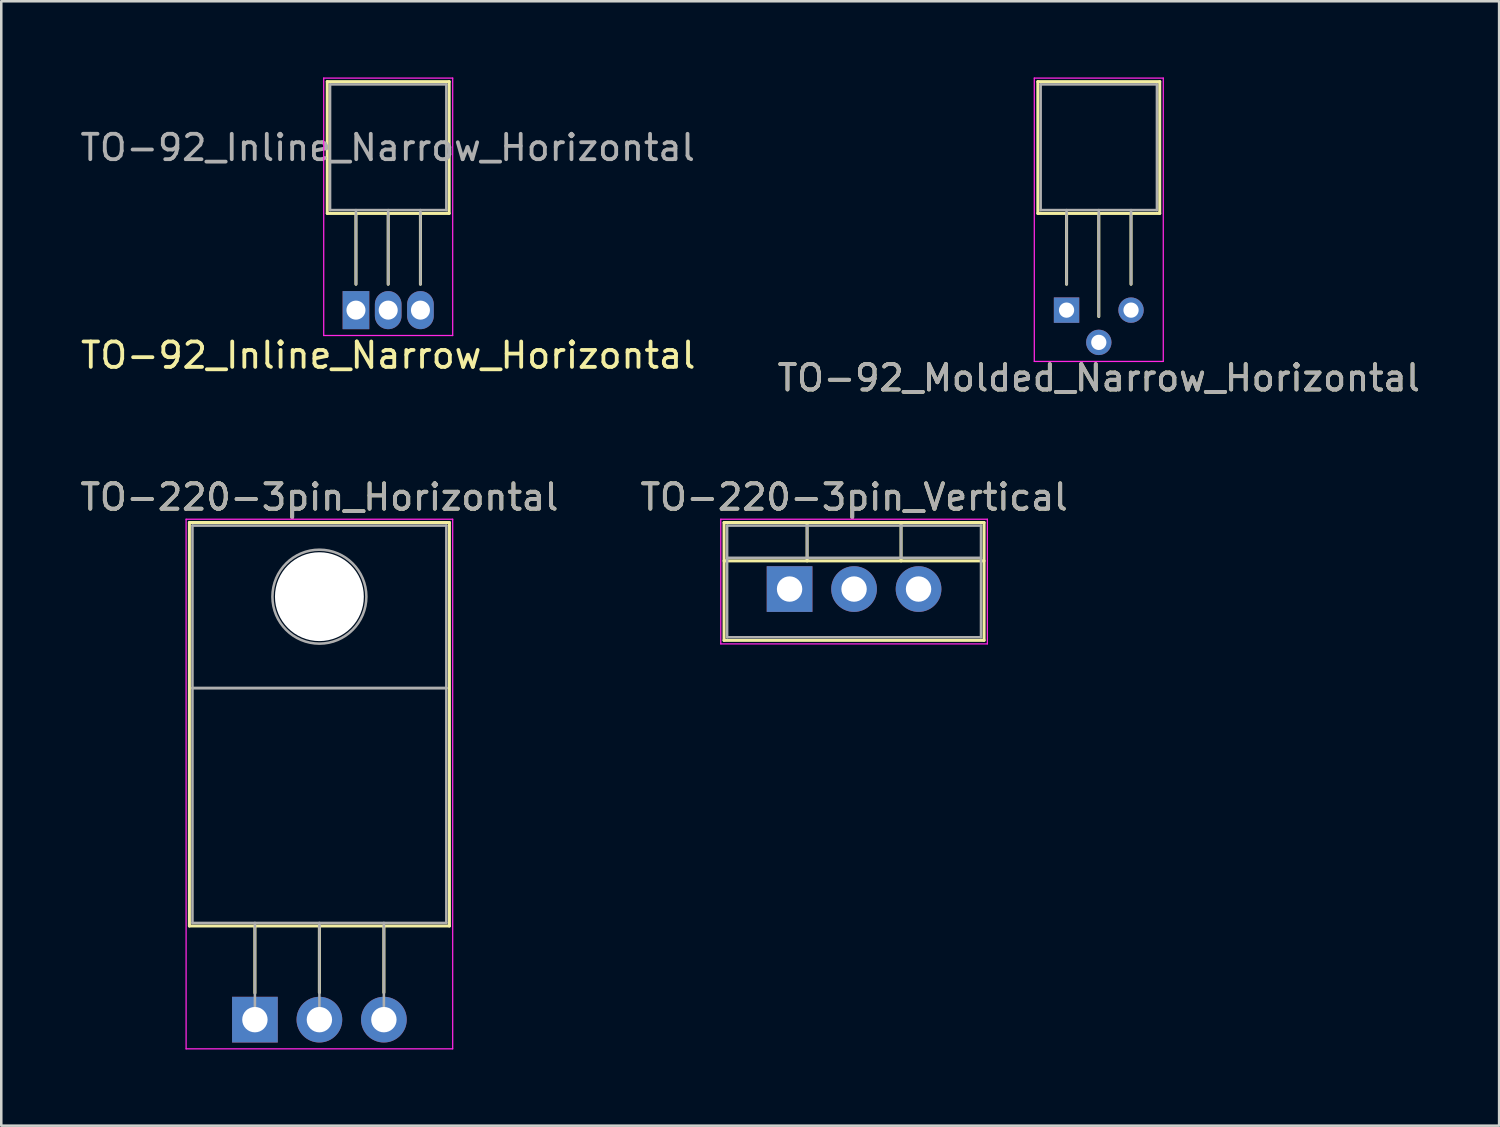
<source format=kicad_pcb>
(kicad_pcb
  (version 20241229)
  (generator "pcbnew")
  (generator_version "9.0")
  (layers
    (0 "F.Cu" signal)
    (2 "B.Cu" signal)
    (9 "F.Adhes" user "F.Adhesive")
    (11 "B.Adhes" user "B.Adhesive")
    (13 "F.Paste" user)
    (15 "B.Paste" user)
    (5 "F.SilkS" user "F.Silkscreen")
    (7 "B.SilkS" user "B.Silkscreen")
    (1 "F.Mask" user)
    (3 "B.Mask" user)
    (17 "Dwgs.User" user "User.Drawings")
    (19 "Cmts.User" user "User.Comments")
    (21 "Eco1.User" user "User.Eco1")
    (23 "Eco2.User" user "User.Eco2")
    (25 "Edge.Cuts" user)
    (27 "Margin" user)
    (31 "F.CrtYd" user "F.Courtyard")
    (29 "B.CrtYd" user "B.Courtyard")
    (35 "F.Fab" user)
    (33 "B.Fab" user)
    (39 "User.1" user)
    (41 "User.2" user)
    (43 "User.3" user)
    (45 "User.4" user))
  (footprint "TO-220-3pin_Vertical"
    (layer "F.Cu")
    (at 28.049 20.151)
    (property "Reference" "TO-220-3pin_Vertical" (at 2.54 -3.62 0) (layer "F.SilkS") (effects (font (size 1 1) (thickness 0.15))))
    (attr through_hole)
    (fp_line (start -2.58 -2.62) (end -2.58 2.021) (stroke (width 0.12) (type solid)) (layer "F.SilkS"))
    (fp_line (start -2.58 -2.62) (end 7.66 -2.62) (stroke (width 0.12) (type solid)) (layer "F.SilkS"))
    (fp_line (start -2.58 -1.11) (end 7.66 -1.11) (stroke (width 0.12) (type solid)) (layer "F.SilkS"))
    (fp_line (start -2.58 2.021) (end 7.66 2.021) (stroke (width 0.12) (type solid)) (layer "F.SilkS"))
    (fp_line (start 0.69 -2.62) (end 0.69 -1.11) (stroke (width 0.12) (type solid)) (layer "F.SilkS"))
    (fp_line (start 4.391 -2.62) (end 4.391 -1.11) (stroke (width 0.12) (type solid)) (layer "F.SilkS"))
    (fp_line (start 7.66 -2.62) (end 7.66 2.021) (stroke (width 0.12) (type solid)) (layer "F.SilkS"))
    (fp_line (start -2.71 -2.75) (end -2.71 2.16) (stroke (width 0.05) (type solid)) (layer "F.CrtYd"))
    (fp_line (start -2.71 2.16) (end 7.79 2.16) (stroke (width 0.05) (type solid)) (layer "F.CrtYd"))
    (fp_line (start 7.79 -2.75) (end -2.71 -2.75) (stroke (width 0.05) (type solid)) (layer "F.CrtYd"))
    (fp_line (start 7.79 2.16) (end 7.79 -2.75) (stroke (width 0.05) (type solid)) (layer "F.CrtYd"))
    (fp_line (start -2.46 -2.5) (end -2.46 1.9) (stroke (width 0.1) (type solid)) (layer "F.Fab"))
    (fp_line (start -2.46 -1.23) (end 7.54 -1.23) (stroke (width 0.1) (type solid)) (layer "F.Fab"))
    (fp_line (start -2.46 1.9) (end 7.54 1.9) (stroke (width 0.1) (type solid)) (layer "F.Fab"))
    (fp_line (start 0.69 -2.5) (end 0.69 -1.23) (stroke (width 0.1) (type solid)) (layer "F.Fab"))
    (fp_line (start 4.39 -2.5) (end 4.39 -1.23) (stroke (width 0.1) (type solid)) (layer "F.Fab"))
    (fp_line (start 7.54 -2.5) (end -2.46 -2.5) (stroke (width 0.1) (type solid)) (layer "F.Fab"))
    (fp_line (start 7.54 1.9) (end 7.54 -2.5) (stroke (width 0.1) (type solid)) (layer "F.Fab"))
    (fp_text user "${REFERENCE}" (at 2.54 -3.62 0) (layer "F.Fab") (effects (font (size 1 1) (thickness 0.15))))
    (pad "1" thru_hole rect (at 0 0) (size 1.8 1.8) (drill 1) (layers "*.Cu" "*.Mask"))
    (pad "2" thru_hole oval (at 2.54 0) (size 1.8 1.8) (drill 1) (layers "*.Cu" "*.Mask"))
    (pad "3" thru_hole oval (at 5.08 0) (size 1.8 1.8) (drill 1) (layers "*.Cu" "*.Mask")))
  (footprint "TO-220-3pin_Horizontal"
    (layer "F.Cu")
    (at 6.99 37.111)
    (property "Reference" "TO-220-3pin_Horizontal" (at 2.54 -20.58 0) (layer "F.SilkS") (effects (font (size 1 1) (thickness 0.15))))
    (attr through_hole)
    (fp_line (start -2.58 -19.58) (end -2.58 -3.69) (stroke (width 0.12) (type solid)) (layer "F.SilkS"))
    (fp_line (start -2.58 -19.58) (end 7.66 -19.58) (stroke (width 0.12) (type solid)) (layer "F.SilkS"))
    (fp_line (start -2.58 -3.69) (end 7.66 -3.69) (stroke (width 0.12) (type solid)) (layer "F.SilkS"))
    (fp_line (start 0 -3.69) (end 0 -1.05) (stroke (width 0.12) (type solid)) (layer "F.SilkS"))
    (fp_line (start 2.54 -3.69) (end 2.54 -1.066) (stroke (width 0.12) (type solid)) (layer "F.SilkS"))
    (fp_line (start 5.08 -3.69) (end 5.08 -1.066) (stroke (width 0.12) (type solid)) (layer "F.SilkS"))
    (fp_line (start 7.66 -19.58) (end 7.66 -3.69) (stroke (width 0.12) (type solid)) (layer "F.SilkS"))
    (fp_line (start -2.71 -19.71) (end -2.71 1.15) (stroke (width 0.05) (type solid)) (layer "F.CrtYd"))
    (fp_line (start -2.71 1.15) (end 7.79 1.15) (stroke (width 0.05) (type solid)) (layer "F.CrtYd"))
    (fp_line (start 7.79 -19.71) (end -2.71 -19.71) (stroke (width 0.05) (type solid)) (layer "F.CrtYd"))
    (fp_line (start 7.79 1.15) (end 7.79 -19.71) (stroke (width 0.05) (type solid)) (layer "F.CrtYd"))
    (fp_line (start -2.46 -19.46) (end 7.54 -19.46) (stroke (width 0.1) (type solid)) (layer "F.Fab"))
    (fp_line (start -2.46 -13.06) (end -2.46 -19.46) (stroke (width 0.1) (type solid)) (layer "F.Fab"))
    (fp_line (start -2.46 -13.06) (end 7.54 -13.06) (stroke (width 0.1) (type solid)) (layer "F.Fab"))
    (fp_line (start -2.46 -3.81) (end -2.46 -13.06) (stroke (width 0.1) (type solid)) (layer "F.Fab"))
    (fp_line (start 0 -3.81) (end 0 0) (stroke (width 0.1) (type solid)) (layer "F.Fab"))
    (fp_line (start 2.54 -3.81) (end 2.54 0) (stroke (width 0.1) (type solid)) (layer "F.Fab"))
    (fp_line (start 5.08 -3.81) (end 5.08 0) (stroke (width 0.1) (type solid)) (layer "F.Fab"))
    (fp_line (start 7.54 -19.46) (end 7.54 -13.06) (stroke (width 0.1) (type solid)) (layer "F.Fab"))
    (fp_line (start 7.54 -13.06) (end -2.46 -13.06) (stroke (width 0.1) (type solid)) (layer "F.Fab"))
    (fp_line (start 7.54 -13.06) (end 7.54 -3.81) (stroke (width 0.1) (type solid)) (layer "F.Fab"))
    (fp_line (start 7.54 -3.81) (end -2.46 -3.81) (stroke (width 0.1) (type solid)) (layer "F.Fab"))
    (fp_circle (center 2.54 -16.66) (end 4.39 -16.66) (stroke (width 0.1) (type solid)) (fill no) (layer "F.Fab"))
    (fp_text user "${REFERENCE}" (at 2.54 -20.58 0) (layer "F.Fab") (effects (font (size 1 1) (thickness 0.15))))
    (pad "" np_thru_hole oval (at 2.54 -16.66) (size 3.5 3.5) (drill 3.5) (layers "*.Cu" "*.Mask"))
    (pad "1" thru_hole rect (at 0 0) (size 1.8 1.8) (drill 1) (layers "*.Cu" "*.Mask"))
    (pad "2" thru_hole oval (at 2.54 0) (size 1.8 1.8) (drill 1) (layers "*.Cu" "*.Mask"))
    (pad "3" thru_hole oval (at 5.08 0) (size 1.8 1.8) (drill 1) (layers "*.Cu" "*.Mask")))
  (footprint "TO-92_Molded_Narrow_Horizontal"
    (layer "F.Cu")
    (at 38.958 9.165)
    (property "Reference" "TO-92_Molded_Narrow_Horizontal" (at 1.27 2.67 180) (layer "F.SilkS") (effects (font (size 1 1) (thickness 0.15))))
    (attr through_hole)
    (fp_line (start -1.13 -9) (end -1.13 -3.81) (stroke (width 0.12) (type solid)) (layer "F.SilkS"))
    (fp_line (start -1.13 -3.81) (end 3.67 -3.81) (stroke (width 0.12) (type solid)) (layer "F.SilkS"))
    (fp_line (start 0 -1.02) (end 0 -3.81) (stroke (width 0.12) (type solid)) (layer "F.SilkS"))
    (fp_line (start 1.27 0.25) (end 1.27 -3.81) (stroke (width 0.12) (type solid)) (layer "F.SilkS"))
    (fp_line (start 2.54 -1.02) (end 2.54 -3.81) (stroke (width 0.12) (type solid)) (layer "F.SilkS"))
    (fp_line (start 3.67 -9) (end -1.13 -9) (stroke (width 0.12) (type solid)) (layer "F.SilkS"))
    (fp_line (start 3.67 -3.81) (end 3.67 -9) (stroke (width 0.12) (type solid)) (layer "F.SilkS"))
    (fp_line (start -1.27 -9.14) (end -1.27 2.02) (stroke (width 0.05) (type solid)) (layer "F.CrtYd"))
    (fp_line (start -1.27 -9.14) (end 3.81 -9.14) (stroke (width 0.05) (type solid)) (layer "F.CrtYd"))
    (fp_line (start 3.81 2.02) (end -1.27 2.02) (stroke (width 0.05) (type solid)) (layer "F.CrtYd"))
    (fp_line (start 3.81 2.02) (end 3.81 -9.14) (stroke (width 0.05) (type solid)) (layer "F.CrtYd"))
    (fp_line (start -1.02 -8.89) (end -1.02 -3.94) (stroke (width 0.1) (type solid)) (layer "F.Fab"))
    (fp_line (start -1.02 -3.94) (end 3.56 -3.94) (stroke (width 0.1) (type solid)) (layer "F.Fab"))
    (fp_line (start 0 -3.94) (end 0 -1.02) (stroke (width 0.1) (type solid)) (layer "F.Fab"))
    (fp_line (start 1.27 -3.94) (end 1.27 0.25) (stroke (width 0.1) (type solid)) (layer "F.Fab"))
    (fp_line (start 2.54 -3.94) (end 2.54 -1.02) (stroke (width 0.1) (type solid)) (layer "F.Fab"))
    (fp_line (start 3.56 -8.89) (end -1.02 -8.89) (stroke (width 0.1) (type solid)) (layer "F.Fab"))
    (fp_line (start 3.56 -3.94) (end 3.56 -8.89) (stroke (width 0.1) (type solid)) (layer "F.Fab"))
    (fp_text user "${REFERENCE}" (at 1.27 2.67 180) (layer "F.Fab") (effects (font (size 1 1) (thickness 0.15))))
    (pad "1" thru_hole rect (at 0 0 270) (size 1 1) (drill 0.6) (layers "*.Cu" "*.Mask"))
    (pad "2" thru_hole circle (at 1.27 1.27 270) (size 1 1) (drill 0.6) (layers "*.Cu" "*.Mask"))
    (pad "3" thru_hole circle (at 2.54 0 270) (size 1 1) (drill 0.6) (layers "*.Cu" "*.Mask")))
  (footprint "TO-92_Inline_Narrow_Horizontal"
    (layer "F.Cu")
    (at 10.97 9.165)
    (property "Reference" "TO-92_Inline_Narrow_Horizontal" (at 1.27 1.78 0) (layer "F.SilkS") (effects (font (size 1 1) (thickness 0.15))))
    (attr through_hole)
    (fp_line (start -1.13 -9) (end -1.13 -3.81) (stroke (width 0.12) (type solid)) (layer "F.SilkS"))
    (fp_line (start -1.13 -3.81) (end 3.67 -3.81) (stroke (width 0.12) (type solid)) (layer "F.SilkS"))
    (fp_line (start 0 -1.02) (end 0 -3.81) (stroke (width 0.12) (type solid)) (layer "F.SilkS"))
    (fp_line (start 1.27 -1.02) (end 1.27 -3.81) (stroke (width 0.12) (type solid)) (layer "F.SilkS"))
    (fp_line (start 2.54 -1.02) (end 2.54 -3.81) (stroke (width 0.12) (type solid)) (layer "F.SilkS"))
    (fp_line (start 3.67 -9) (end -1.13 -9) (stroke (width 0.12) (type solid)) (layer "F.SilkS"))
    (fp_line (start 3.67 -3.81) (end 3.67 -9) (stroke (width 0.12) (type solid)) (layer "F.SilkS"))
    (fp_line (start -1.27 -9.14) (end -1.27 1) (stroke (width 0.05) (type solid)) (layer "F.CrtYd"))
    (fp_line (start -1.27 -9.14) (end 3.81 -9.14) (stroke (width 0.05) (type solid)) (layer "F.CrtYd"))
    (fp_line (start 3.81 1) (end -1.27 1) (stroke (width 0.05) (type solid)) (layer "F.CrtYd"))
    (fp_line (start 3.81 1) (end 3.81 -9.14) (stroke (width 0.05) (type solid)) (layer "F.CrtYd"))
    (fp_line (start -1.02 -8.89) (end -1.02 -3.94) (stroke (width 0.1) (type solid)) (layer "F.Fab"))
    (fp_line (start -1.02 -3.94) (end 3.56 -3.94) (stroke (width 0.1) (type solid)) (layer "F.Fab"))
    (fp_line (start 0 -3.94) (end 0 -1.02) (stroke (width 0.1) (type solid)) (layer "F.Fab"))
    (fp_line (start 1.27 -3.94) (end 1.27 -1.02) (stroke (width 0.1) (type solid)) (layer "F.Fab"))
    (fp_line (start 2.54 -3.94) (end 2.54 -1.02) (stroke (width 0.1) (type solid)) (layer "F.Fab"))
    (fp_line (start 3.56 -8.89) (end -1.02 -8.89) (stroke (width 0.1) (type solid)) (layer "F.Fab"))
    (fp_line (start 3.56 -3.94) (end 3.56 -8.89) (stroke (width 0.1) (type solid)) (layer "F.Fab"))
    (fp_text user "${REFERENCE}" (at 1.25 -6.4 0) (layer "F.Fab") (effects (font (size 1 1) (thickness 0.15))))
    (pad "1" thru_hole rect (at 0 0) (size 1.05 1.5) (drill 0.75) (layers "*.Cu" "*.Mask"))
    (pad "2" thru_hole oval (at 1.27 0) (size 1.05 1.5) (drill 0.75) (layers "*.Cu" "*.Mask"))
    (pad "3" thru_hole oval (at 2.54 0) (size 1.05 1.5) (drill 0.75) (layers "*.Cu" "*.Mask")))
  (gr_rect
    (start -3 -3)
    (end 55.996 41.286)
    (stroke (width 0.1) (type default))
    (fill no)
    (layer "Edge.Cuts")))
</source>
